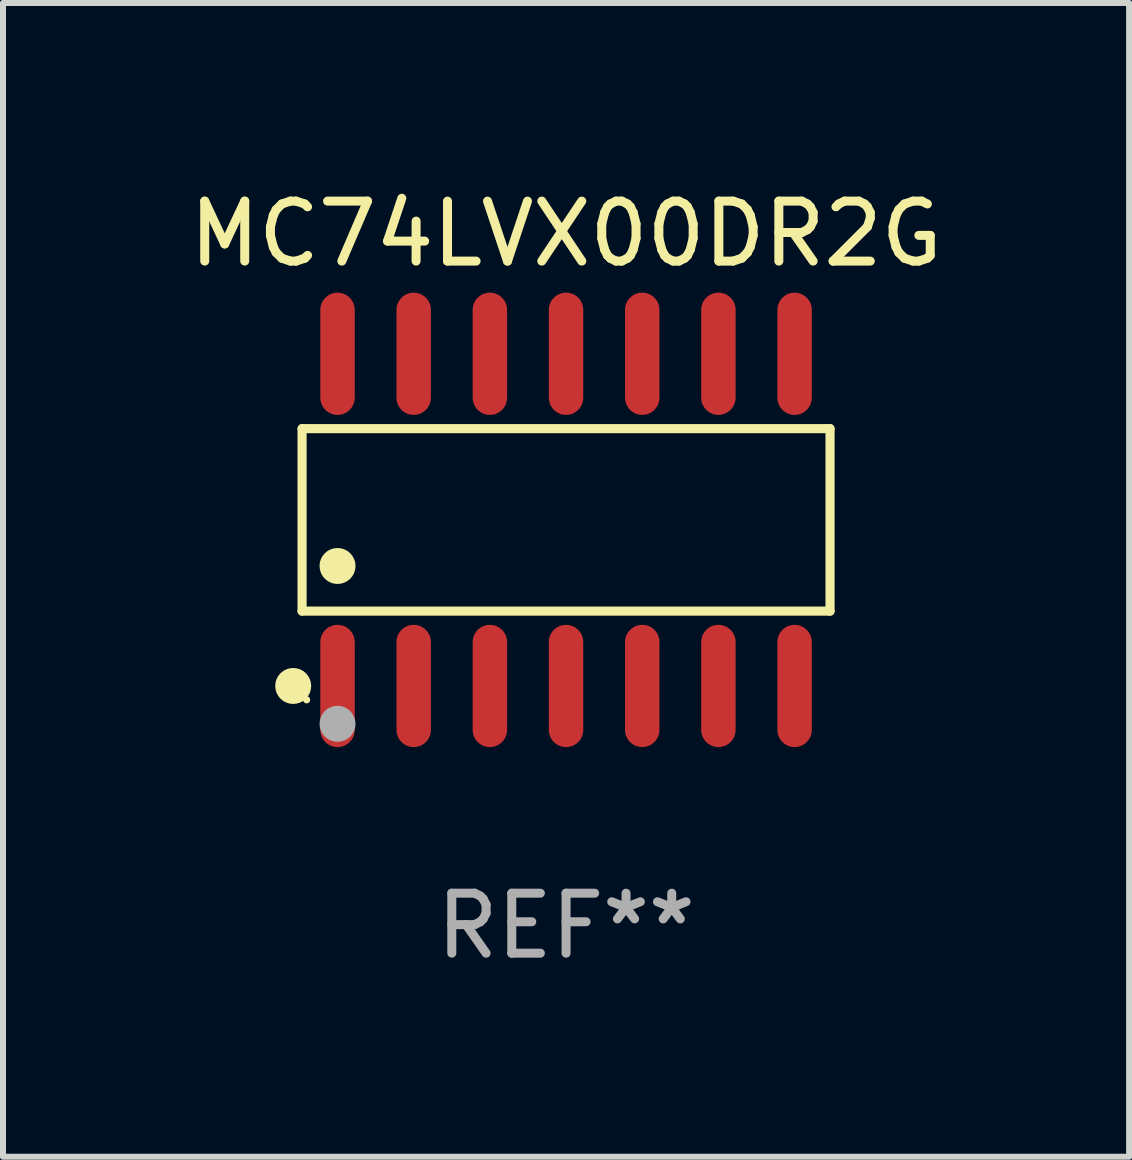
<source format=kicad_pcb>
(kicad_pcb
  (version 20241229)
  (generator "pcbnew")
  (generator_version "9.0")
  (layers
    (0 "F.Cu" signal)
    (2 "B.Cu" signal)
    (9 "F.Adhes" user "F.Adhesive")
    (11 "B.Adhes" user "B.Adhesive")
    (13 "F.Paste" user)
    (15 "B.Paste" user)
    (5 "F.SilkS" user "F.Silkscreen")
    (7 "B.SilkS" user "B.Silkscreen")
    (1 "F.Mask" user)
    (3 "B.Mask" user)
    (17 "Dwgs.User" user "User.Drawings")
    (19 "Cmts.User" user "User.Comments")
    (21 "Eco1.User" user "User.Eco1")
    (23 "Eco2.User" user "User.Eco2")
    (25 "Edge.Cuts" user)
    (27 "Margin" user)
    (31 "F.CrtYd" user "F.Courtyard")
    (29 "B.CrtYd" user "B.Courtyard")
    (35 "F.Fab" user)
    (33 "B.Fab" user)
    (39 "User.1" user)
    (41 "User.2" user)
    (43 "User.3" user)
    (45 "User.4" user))
  (footprint "MC74LVX00DR2G"
    (layer "F.Cu")
    (at 6.387 5.617)
    (property "Reference" "MC74LVX00DR2G" (at 0 -4.769 0) (layer "F.SilkS") (effects (font (size 1 1) (thickness 0.15))))
    (attr through_hole)
    (fp_line (start -4.401 -1.521) (end 4.401 -1.521) (stroke (width 0.152) (type solid)) (layer "F.SilkS"))
    (fp_line (start -4.401 1.521) (end -4.401 -1.521) (stroke (width 0.152) (type solid)) (layer "F.SilkS"))
    (fp_line (start 4.401 -1.521) (end 4.401 1.521) (stroke (width 0.152) (type solid)) (layer "F.SilkS"))
    (fp_line (start 4.401 1.521) (end -4.401 1.521) (stroke (width 0.152) (type solid)) (layer "F.SilkS"))
    (fp_circle (center -4.549 2.769) (end -4.399 2.769) (stroke (width 0.3) (type solid)) (fill no) (layer "F.SilkS"))
    (fp_circle (center -4.325 3) (end -4.295 3) (stroke (width 0.06) (type solid)) (fill no) (layer "F.SilkS"))
    (fp_circle (center -3.81 0.769) (end -3.66 0.769) (stroke (width 0.3) (type solid)) (fill no) (layer "F.SilkS"))
    (fp_circle (center -3.81 3.4) (end -3.66 3.4) (stroke (width 0.3) (type solid)) (fill no) (layer "F.Fab"))
    (fp_text user "REF**" (at 0 6.769 0) (layer "F.Fab") (effects (font (size 1 1) (thickness 0.15))))
    (pad "1" smd oval (at -3.81 2.769) (size 0.574 2.038) (layers "F.Cu" "F.Mask" "F.Paste"))
    (pad "2" smd oval (at -2.54 2.769) (size 0.574 2.038) (layers "F.Cu" "F.Mask" "F.Paste"))
    (pad "3" smd oval (at -1.27 2.769) (size 0.574 2.038) (layers "F.Cu" "F.Mask" "F.Paste"))
    (pad "4" smd oval (at 0 2.769) (size 0.574 2.038) (layers "F.Cu" "F.Mask" "F.Paste"))
    (pad "5" smd oval (at 1.27 2.769) (size 0.574 2.038) (layers "F.Cu" "F.Mask" "F.Paste"))
    (pad "6" smd oval (at 2.54 2.769) (size 0.574 2.038) (layers "F.Cu" "F.Mask" "F.Paste"))
    (pad "7" smd oval (at 3.81 2.769) (size 0.574 2.038) (layers "F.Cu" "F.Mask" "F.Paste"))
    (pad "8" smd oval (at 3.81 -2.769) (size 0.574 2.038) (layers "F.Cu" "F.Mask" "F.Paste"))
    (pad "9" smd oval (at 2.54 -2.769) (size 0.574 2.038) (layers "F.Cu" "F.Mask" "F.Paste"))
    (pad "10" smd oval (at 1.27 -2.769) (size 0.574 2.038) (layers "F.Cu" "F.Mask" "F.Paste"))
    (pad "11" smd oval (at 0 -2.769) (size 0.574 2.038) (layers "F.Cu" "F.Mask" "F.Paste"))
    (pad "12" smd oval (at -1.27 -2.769) (size 0.574 2.038) (layers "F.Cu" "F.Mask" "F.Paste"))
    (pad "13" smd oval (at -2.54 -2.769) (size 0.574 2.038) (layers "F.Cu" "F.Mask" "F.Paste"))
    (pad "14" smd oval (at -3.81 -2.769) (size 0.574 2.038) (layers "F.Cu" "F.Mask" "F.Paste")))
  (gr_rect
    (start -3 -3)
    (end 15.774 16.235)
    (stroke (width 0.1) (type default))
    (fill no)
    (layer "Edge.Cuts")))
</source>
